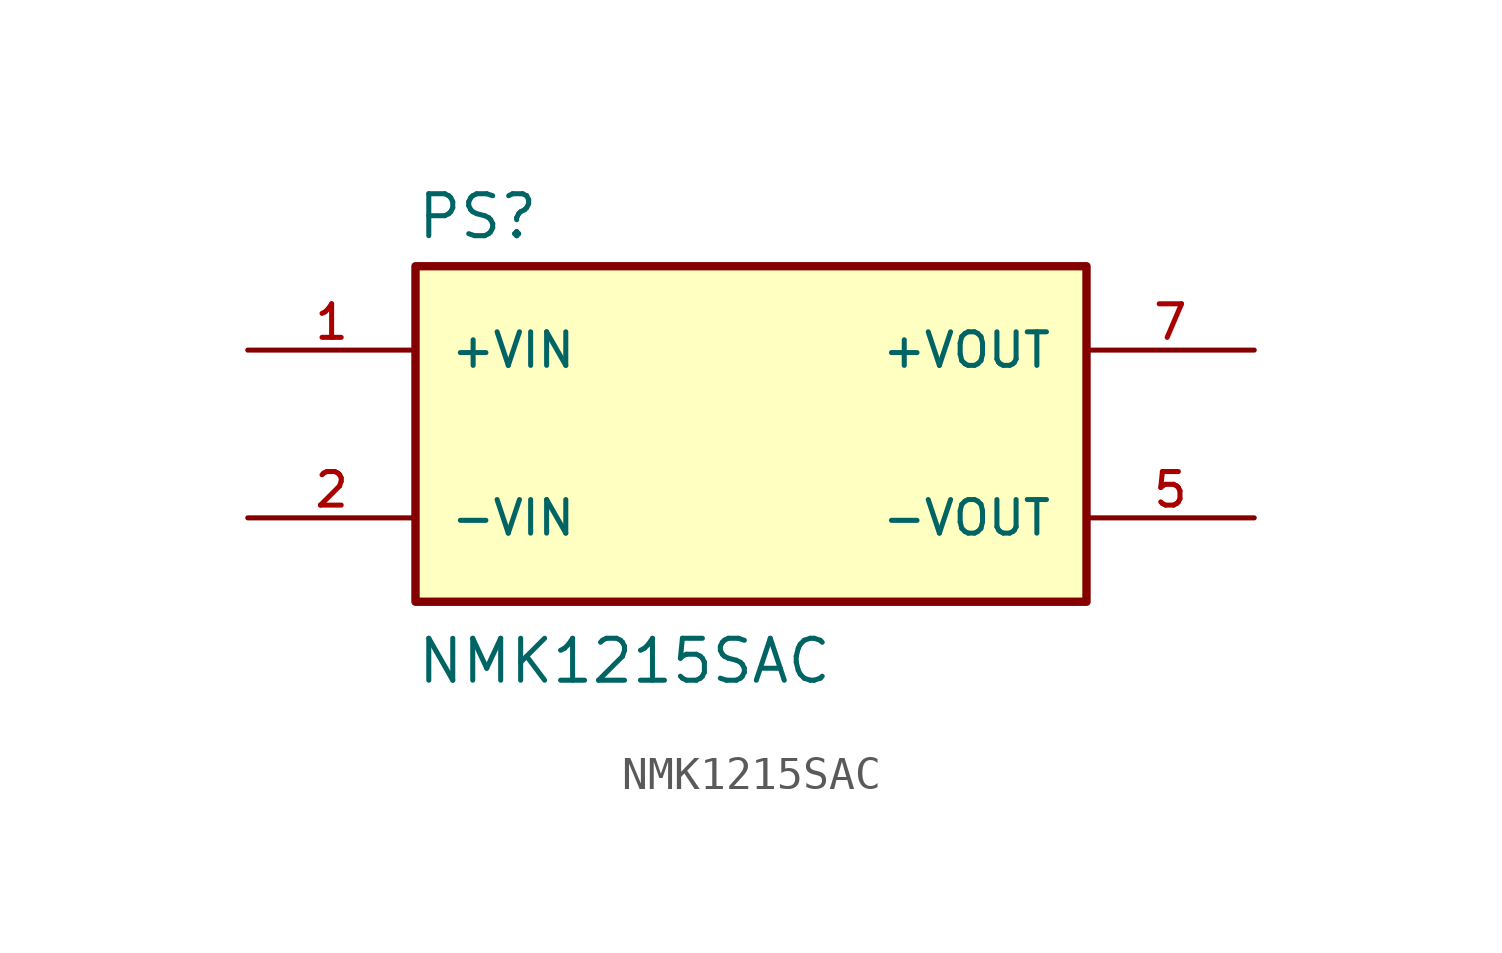
<source format=kicad_sym>
(kicad_symbol_lib
  (version 20211014)
  (generator kicad_symbol_editor)
  (symbol "NMK1215SAC"
    (pin_names
      (offset 1.016))
    (property "Reference" "PS"
      (at -10.16 5.842 0)
      (effects (font (size 1.27 1.27)) (justify bottom left)))
    (property "Value" "NMK1215SAC"
      (at -10.16 -7.62 0)
      (effects (font (size 1.27 1.27)) (justify bottom left)))
    (symbol "NMK1215SAC_0_0"
      (rectangle (start -10.16 -5.08) (end 10.16 5.08) (stroke (width 0.254)) (fill (type background)))
      (pin input line (at -15.24 2.54 0) (length 5.08) (name "+VIN" (effects (font (size 1.016 1.016)))) (number "1" (effects (font (size 1.016 1.016)))))
      (pin input line (at -15.24 -2.54 0) (length 5.08) (name "-VIN" (effects (font (size 1.016 1.016)))) (number "2" (effects (font (size 1.016 1.016)))))
      (pin output line (at 15.24 2.54 180.0) (length 5.08) (name "+VOUT" (effects (font (size 1.016 1.016)))) (number "7" (effects (font (size 1.016 1.016)))))
      (pin output line (at 15.24 -2.54 180.0) (length 5.08) (name "-VOUT" (effects (font (size 1.016 1.016)))) (number "5" (effects (font (size 1.016 1.016))))))))
</source>
